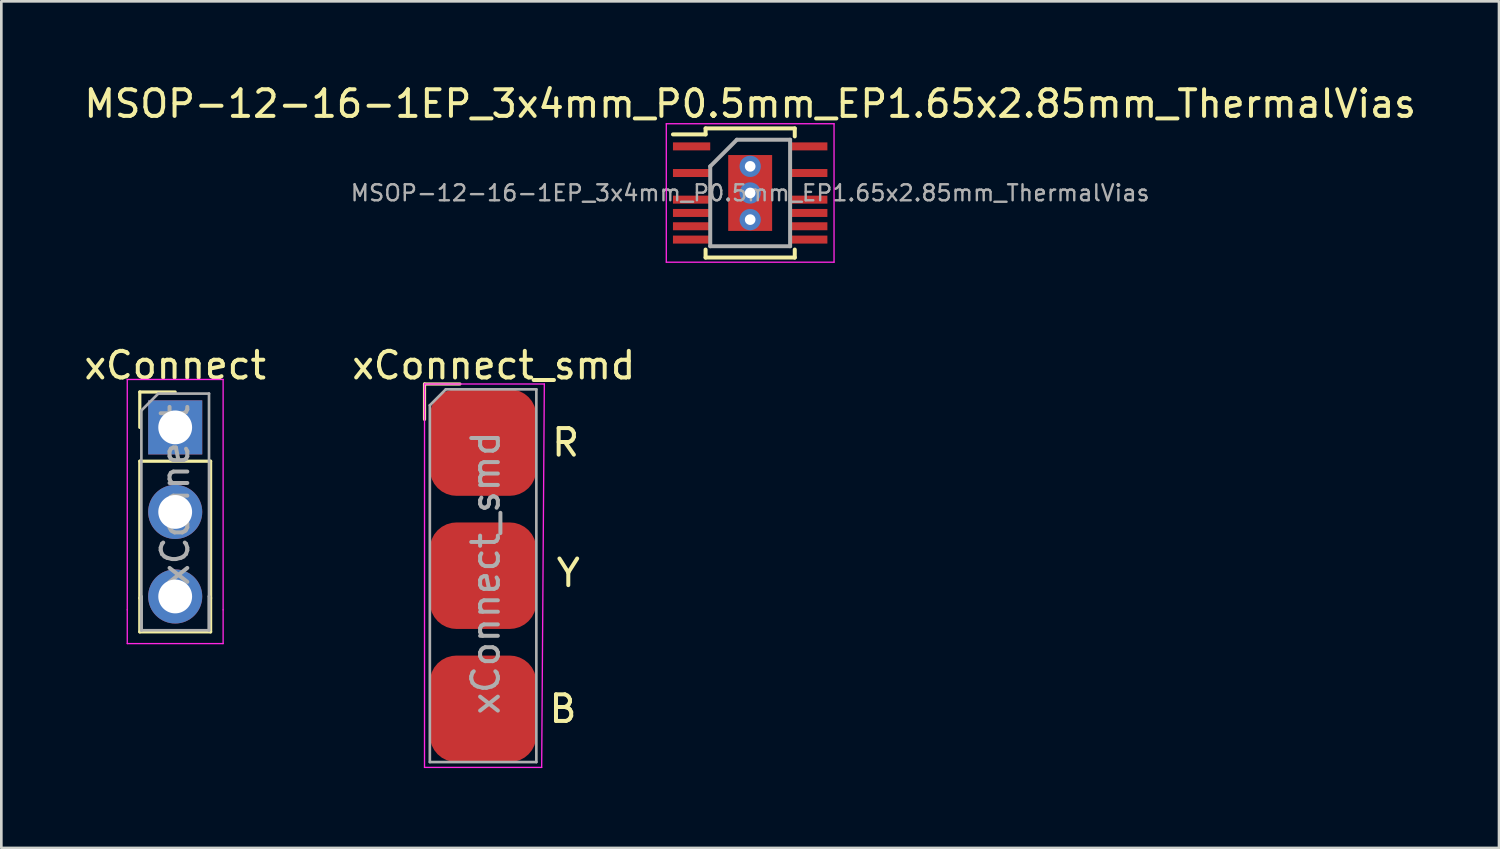
<source format=kicad_pcb>
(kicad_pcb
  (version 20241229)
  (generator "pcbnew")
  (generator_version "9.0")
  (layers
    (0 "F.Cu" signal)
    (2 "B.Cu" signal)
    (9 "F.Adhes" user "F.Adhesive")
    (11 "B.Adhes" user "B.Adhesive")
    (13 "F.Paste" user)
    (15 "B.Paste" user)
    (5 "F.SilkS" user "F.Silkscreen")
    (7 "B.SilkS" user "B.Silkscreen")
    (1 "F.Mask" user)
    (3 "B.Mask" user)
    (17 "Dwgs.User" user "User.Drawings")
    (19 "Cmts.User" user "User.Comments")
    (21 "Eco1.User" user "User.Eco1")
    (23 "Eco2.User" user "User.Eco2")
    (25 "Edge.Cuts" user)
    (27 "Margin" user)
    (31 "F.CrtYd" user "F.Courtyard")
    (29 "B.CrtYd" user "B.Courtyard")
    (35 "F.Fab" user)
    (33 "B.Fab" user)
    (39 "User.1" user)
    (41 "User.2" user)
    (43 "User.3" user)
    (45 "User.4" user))
  (footprint "xConnect"
    (layer "F.Cu")
    (at 3.53 13.002)
    (property "Reference" "xConnect" (at 0 -2.33 0) (layer "F.SilkS") (effects (font (size 1 1) (thickness 0.15))))
    (attr through_hole)
    (fp_line (start -1.33 -1.33) (end 0 -1.33) (stroke (width 0.12) (type solid)) (layer "F.SilkS"))
    (fp_line (start -1.33 0) (end -1.33 -1.33) (stroke (width 0.12) (type solid)) (layer "F.SilkS"))
    (fp_line (start -1.33 1.27) (end -1.33 6.41) (stroke (width 0.12) (type solid)) (layer "F.SilkS"))
    (fp_line (start -1.33 1.27) (end 1.33 1.27) (stroke (width 0.12) (type solid)) (layer "F.SilkS"))
    (fp_line (start -1.33 6.41) (end -1.33 7.68) (stroke (width 0.12) (type solid)) (layer "F.SilkS"))
    (fp_line (start -1.33 7.68) (end 1.33 7.68) (stroke (width 0.12) (type solid)) (layer "F.SilkS"))
    (fp_line (start 1.33 1.27) (end 1.33 6.41) (stroke (width 0.12) (type solid)) (layer "F.SilkS"))
    (fp_line (start 1.33 6.41) (end 1.33 7.68) (stroke (width 0.12) (type solid)) (layer "F.SilkS"))
    (fp_line (start -1.8 -1.8) (end -1.8 6.85) (stroke (width 0.05) (type solid)) (layer "F.CrtYd"))
    (fp_line (start -1.8 6.85) (end -1.8 8.12) (stroke (width 0.05) (type solid)) (layer "F.CrtYd"))
    (fp_line (start -1.8 8.12) (end 1.8 8.12) (stroke (width 0.05) (type solid)) (layer "F.CrtYd"))
    (fp_line (start 1.8 -1.8) (end -1.8 -1.8) (stroke (width 0.05) (type solid)) (layer "F.CrtYd"))
    (fp_line (start 1.8 6.85) (end 1.8 -1.8) (stroke (width 0.05) (type solid)) (layer "F.CrtYd"))
    (fp_line (start 1.8 6.85) (end 1.8 8.12) (stroke (width 0.05) (type solid)) (layer "F.CrtYd"))
    (fp_line (start -1.27 -0.635) (end -0.635 -1.27) (stroke (width 0.1) (type solid)) (layer "F.Fab"))
    (fp_line (start -1.27 6.35) (end -1.27 -0.635) (stroke (width 0.1) (type solid)) (layer "F.Fab"))
    (fp_line (start -1.27 6.35) (end -1.27 7.62) (stroke (width 0.12) (type solid)) (layer "F.Fab"))
    (fp_line (start -0.635 -1.27) (end 1.27 -1.27) (stroke (width 0.1) (type solid)) (layer "F.Fab"))
    (fp_line (start 1.27 -1.27) (end 1.27 6.35) (stroke (width 0.1) (type solid)) (layer "F.Fab"))
    (fp_line (start 1.27 6.35) (end 1.27 7.62) (stroke (width 0.12) (type solid)) (layer "F.Fab"))
    (fp_line (start 1.27 7.62) (end -1.27 7.62) (stroke (width 0.1) (type solid)) (layer "F.Fab"))
    (fp_text user "${REFERENCE}" (at 0 2.54 90) (layer "F.Fab") (effects (font (size 1 1) (thickness 0.15))))
    (pad "1" thru_hole rect (at 0 0) (size 2.032 2.032) (drill 1.27) (layers "*.Cu" "*.Mask"))
    (pad "2" thru_hole oval (at 0 3.175) (size 2.032 2.032) (drill 1.27) (layers "*.Cu" "*.Mask"))
    (pad "3" thru_hole oval (at 0 6.35) (size 2.032 2.032) (drill 1.27) (layers "*.Cu" "*.Mask")))
  (footprint "xConnect_smd"
    (layer "F.Cu")
    (at 15.094 13.572)
    (property "Reference" "xConnect_smd" (at 0.4 -2.9 0) (layer "F.SilkS") (effects (font (size 1 1) (thickness 0.15))))
    (attr smd)
    (fp_line (start -2.2 -2.2) (end -0.87 -2.2) (stroke (width 0.12) (type solid)) (layer "F.SilkS"))
    (fp_line (start -2.2 -0.87) (end -2.2 -2.2) (stroke (width 0.12) (type solid)) (layer "F.SilkS"))
    (fp_line (start -2.2 -2.2) (end -2.2 12.2) (stroke (width 0.05) (type solid)) (layer "F.CrtYd"))
    (fp_line (start -2.2 12.2) (end 2.2 12.2) (stroke (width 0.05) (type solid)) (layer "F.CrtYd"))
    (fp_line (start 2.2 12.2) (end 2.3 -2.2) (stroke (width 0.05) (type solid)) (layer "F.CrtYd"))
    (fp_line (start 2.3 -2.2) (end -2.2 -2.2) (stroke (width 0.05) (type solid)) (layer "F.CrtYd"))
    (fp_line (start -2 -1.4) (end -1.4 -2) (stroke (width 0.1) (type solid)) (layer "F.Fab"))
    (fp_line (start -2 12) (end -2 -1.4) (stroke (width 0.1) (type solid)) (layer "F.Fab"))
    (fp_line (start -1.4 -2) (end 2 -2) (stroke (width 0.1) (type solid)) (layer "F.Fab"))
    (fp_line (start 2 -2) (end 2 12) (stroke (width 0.1) (type solid)) (layer "F.Fab"))
    (fp_line (start 2 12) (end -2 12) (stroke (width 0.1) (type solid)) (layer "F.Fab"))
    (fp_text user "B" (at 3 10 0) (layer "F.SilkS") (effects (font (size 1 1) (thickness 0.15))))
    (fp_text user "Y" (at 3.2 4.9 0) (layer "F.SilkS") (effects (font (size 1 1) (thickness 0.15))))
    (fp_text user "R" (at 3.1 0 0) (layer "F.SilkS") (effects (font (size 1 1) (thickness 0.15))))
    (fp_text user "${REFERENCE}" (at 0.1 4.9 90) (layer "F.Fab") (effects (font (size 1 1) (thickness 0.15))))
    (pad "B" smd roundrect (at 0 10) (size 4 4) (layers "F.Cu" "F.Mask" "F.Paste") (roundrect_rratio 0.25))
    (pad "R" smd roundrect (at 0 0) (size 4 4) (layers "F.Cu" "F.Mask" "F.Paste") (roundrect_rratio 0.25))
    (pad "Y" smd roundrect (at 0 5) (size 4 4) (layers "F.Cu" "F.Mask" "F.Paste") (roundrect_rratio 0.25)))
  (footprint "MSOP-12-16-1EP_3x4mm_P0.5mm_EP1.65x2.85mm_ThermalVias"
    (layer "F.Cu")
    (at 25.125 4.198)
    (property "Reference" "MSOP-12-16-1EP_3x4mm_P0.5mm_EP1.65x2.85mm_ThermalVias" (at 0 -3.35 0) (layer "F.SilkS") (effects (font (size 1 1) (thickness 0.15))))
    (attr smd)
    (fp_line (start -1.675 -2.425) (end -1.675 -2.2) (stroke (width 0.15) (type solid)) (layer "F.SilkS"))
    (fp_line (start -1.675 -2.425) (end 1.675 -2.425) (stroke (width 0.15) (type solid)) (layer "F.SilkS"))
    (fp_line (start -1.675 -2.2) (end -2.9 -2.2) (stroke (width 0.15) (type solid)) (layer "F.SilkS"))
    (fp_line (start -1.675 2.425) (end -1.675 2.125) (stroke (width 0.15) (type solid)) (layer "F.SilkS"))
    (fp_line (start -1.675 2.425) (end 1.675 2.425) (stroke (width 0.15) (type solid)) (layer "F.SilkS"))
    (fp_line (start 1.675 -2.425) (end 1.675 -2.125) (stroke (width 0.15) (type solid)) (layer "F.SilkS"))
    (fp_line (start 1.675 2.425) (end 1.675 2.125) (stroke (width 0.15) (type solid)) (layer "F.SilkS"))
    (fp_line (start -3.15 -2.6) (end -3.15 2.6) (stroke (width 0.05) (type solid)) (layer "F.CrtYd"))
    (fp_line (start -3.15 -2.6) (end 3.15 -2.6) (stroke (width 0.05) (type solid)) (layer "F.CrtYd"))
    (fp_line (start -3.15 2.6) (end 3.15 2.6) (stroke (width 0.05) (type solid)) (layer "F.CrtYd"))
    (fp_line (start 3.15 -2.6) (end 3.15 2.6) (stroke (width 0.05) (type solid)) (layer "F.CrtYd"))
    (fp_line (start -1.5 -1) (end -0.5 -2) (stroke (width 0.15) (type solid)) (layer "F.Fab"))
    (fp_line (start -1.5 2) (end -1.5 -1) (stroke (width 0.15) (type solid)) (layer "F.Fab"))
    (fp_line (start -0.5 -2) (end 1.5 -2) (stroke (width 0.15) (type solid)) (layer "F.Fab"))
    (fp_line (start 1.5 -2) (end 1.5 2) (stroke (width 0.15) (type solid)) (layer "F.Fab"))
    (fp_line (start 1.5 2) (end -1.5 2) (stroke (width 0.15) (type solid)) (layer "F.Fab"))
    (fp_text user "${REFERENCE}" (at 0 0 0) (layer "F.Fab") (effects (font (size 0.6 0.6) (thickness 0.09))))
    (pad "" smd rect (at -0.45 -1.25) (size 0.65 0.25) (layers "F.Paste"))
    (pad "" smd rect (at -0.45 -0.5) (size 0.65 0.8) (layers "F.Paste"))
    (pad "" smd rect (at -0.45 0.5) (size 0.65 0.8) (layers "F.Paste"))
    (pad "" smd rect (at -0.45 1.25) (size 0.65 0.25) (layers "F.Paste"))
    (pad "" smd rect (at 0.45 -1.25) (size 0.65 0.25) (layers "F.Paste"))
    (pad "" smd rect (at 0.45 -0.5) (size 0.65 0.8) (layers "F.Paste"))
    (pad "" smd rect (at 0.45 0.5) (size 0.65 0.8) (layers "F.Paste"))
    (pad "" smd rect (at 0.45 1.25) (size 0.65 0.25) (layers "F.Paste"))
    (pad "1" smd rect (at -2.2 -1.75) (size 1.4 0.3) (layers "F.Cu" "F.Mask" "F.Paste"))
    (pad "3" smd rect (at -2.2 -0.75) (size 1.4 0.3) (layers "F.Cu" "F.Mask" "F.Paste"))
    (pad "5" smd rect (at -2.2 0.25) (size 1.4 0.3) (layers "F.Cu" "F.Mask" "F.Paste"))
    (pad "6" smd rect (at -2.2 0.75) (size 1.4 0.3) (layers "F.Cu" "F.Mask" "F.Paste"))
    (pad "7" smd rect (at -2.2 1.25) (size 1.4 0.3) (layers "F.Cu" "F.Mask" "F.Paste"))
    (pad "8" smd rect (at -2.2 1.75) (size 1.4 0.3) (layers "F.Cu" "F.Mask" "F.Paste"))
    (pad "9" smd rect (at 2.2 1.75) (size 1.4 0.3) (layers "F.Cu" "F.Mask" "F.Paste"))
    (pad "10" smd rect (at 2.2 1.25) (size 1.4 0.3) (layers "F.Cu" "F.Mask" "F.Paste"))
    (pad "11" smd rect (at 2.2 0.75) (size 1.4 0.3) (layers "F.Cu" "F.Mask" "F.Paste"))
    (pad "12" smd rect (at 2.2 0.25) (size 1.4 0.3) (layers "F.Cu" "F.Mask" "F.Paste"))
    (pad "14" smd rect (at 2.2 -0.75) (size 1.4 0.3) (layers "F.Cu" "F.Mask" "F.Paste"))
    (pad "16" smd rect (at 2.2 -1.75) (size 1.4 0.3) (layers "F.Cu" "F.Mask" "F.Paste"))
    (pad "17" thru_hole circle (at 0 -1) (size 0.8 0.8) (drill 0.4) (layers "*.Cu" "B.Mask"))
    (pad "17" thru_hole circle (at 0 0) (size 0.8 0.8) (drill 0.4) (layers "*.Cu" "B.Mask"))
    (pad "17" smd rect (at 0 0) (size 1.65 2.85) (layers "F.Cu" "F.Mask" "F.Paste"))
    (pad "17" thru_hole circle (at 0 1) (size 0.8 0.8) (drill 0.4) (layers "*.Cu" "B.Mask")))
  (gr_rect
    (start -3 -3)
    (end 53.25 28.797)
    (stroke (width 0.1) (type default))
    (fill no)
    (layer "Edge.Cuts")))
</source>
